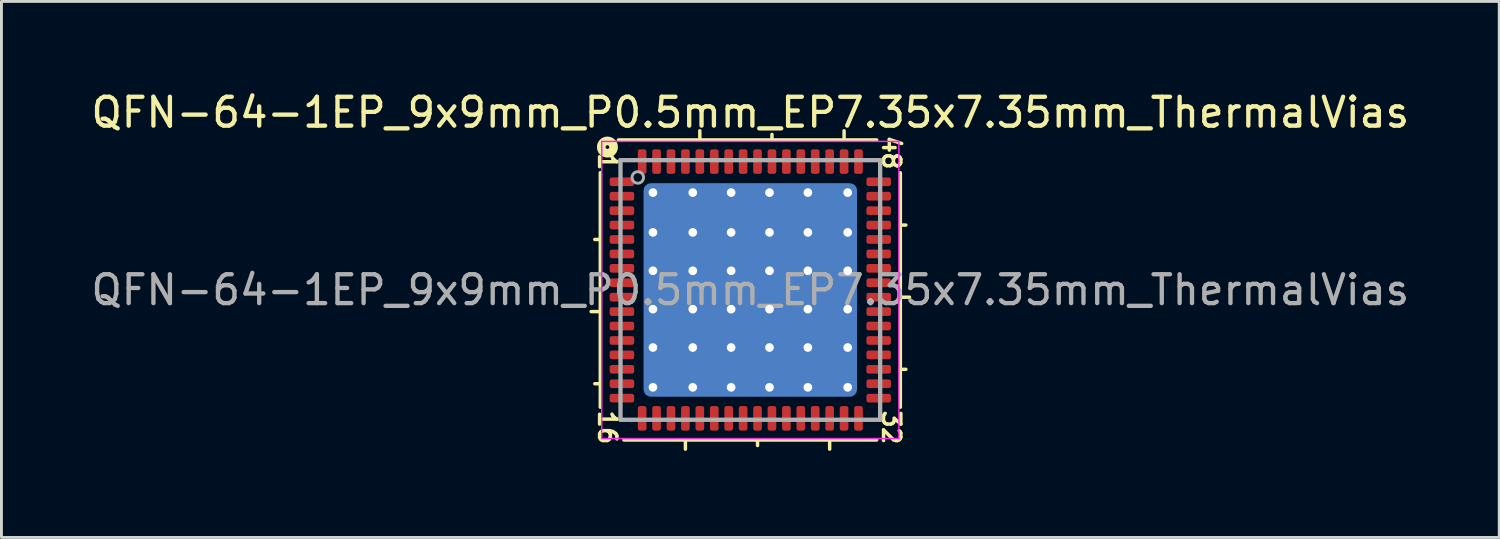
<source format=kicad_pcb>
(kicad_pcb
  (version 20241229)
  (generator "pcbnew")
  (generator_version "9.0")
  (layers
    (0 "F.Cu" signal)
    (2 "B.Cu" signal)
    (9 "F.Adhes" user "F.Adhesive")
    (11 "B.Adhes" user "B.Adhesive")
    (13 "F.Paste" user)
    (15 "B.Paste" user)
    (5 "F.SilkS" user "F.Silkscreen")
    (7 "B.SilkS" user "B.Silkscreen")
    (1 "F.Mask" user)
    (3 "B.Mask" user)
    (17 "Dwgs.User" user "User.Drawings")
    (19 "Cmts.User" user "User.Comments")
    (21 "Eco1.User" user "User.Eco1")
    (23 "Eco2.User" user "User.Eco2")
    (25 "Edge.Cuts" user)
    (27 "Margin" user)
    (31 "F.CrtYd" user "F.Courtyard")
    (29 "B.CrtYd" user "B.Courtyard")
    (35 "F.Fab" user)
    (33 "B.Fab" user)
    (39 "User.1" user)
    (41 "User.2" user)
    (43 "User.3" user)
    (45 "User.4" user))
  (footprint "QFN-64-1EP_9x9mm_P0.5mm_EP7.35x7.35mm_ThermalVias"
    (layer "F.Cu")
    (at 22.958 7.001)
    (property "Reference" "QFN-64-1EP_9x9mm_P0.5mm_EP7.35x7.35mm_ThermalVias" (at 0 -6.152 0) (layer "F.SilkS") (effects (font (size 1 1) (thickness 0.15))))
    (attr smd)
    (fp_line (start -5.2 -4.064) (end -5.2 4.064) (stroke (width 0.12) (type solid)) (layer "F.SilkS"))
    (fp_line (start -5.2 -1.75) (end -5.391 -1.75) (stroke (width 0.12) (type solid)) (layer "F.SilkS"))
    (fp_line (start -5.2 0.75) (end -5.518 0.75) (stroke (width 0.12) (type solid)) (layer "F.SilkS"))
    (fp_line (start -5.2 3.25) (end -5.391 3.25) (stroke (width 0.12) (type solid)) (layer "F.SilkS"))
    (fp_line (start -4.381 5.2) (end 4.381 5.2) (stroke (width 0.12) (type solid)) (layer "F.SilkS"))
    (fp_line (start -2.25 5.2) (end -2.25 5.518) (stroke (width 0.12) (type solid)) (layer "F.SilkS"))
    (fp_line (start -1.75 -5.2) (end -1.75 -5.518) (stroke (width 0.12) (type solid)) (layer "F.SilkS"))
    (fp_line (start 0.25 5.2) (end 0.25 5.391) (stroke (width 0.12) (type solid)) (layer "F.SilkS"))
    (fp_line (start 0.75 -5.2) (end 0.75 -5.391) (stroke (width 0.12) (type solid)) (layer "F.SilkS"))
    (fp_line (start 2.75 5.2) (end 2.75 5.518) (stroke (width 0.12) (type solid)) (layer "F.SilkS"))
    (fp_line (start 3.25 -5.2) (end 3.25 -5.518) (stroke (width 0.12) (type solid)) (layer "F.SilkS"))
    (fp_line (start 4.381 -5.2) (end -4.572 -5.2) (stroke (width 0.12) (type solid)) (layer "F.SilkS"))
    (fp_line (start 5.2 -2.25) (end 5.391 -2.25) (stroke (width 0.12) (type solid)) (layer "F.SilkS"))
    (fp_line (start 5.2 0.25) (end 5.518 0.25) (stroke (width 0.12) (type solid)) (layer "F.SilkS"))
    (fp_line (start 5.2 2.75) (end 5.391 2.75) (stroke (width 0.12) (type solid)) (layer "F.SilkS"))
    (fp_line (start 5.2 4.064) (end 5.2 -4.064) (stroke (width 0.12) (type solid)) (layer "F.SilkS"))
    (fp_circle (center -4.953 -4.953) (end -4.889 -4.953) (stroke (width 0.3) (type solid)) (fill no) (layer "F.SilkS"))
    (fp_line (start -5.15 -5.15) (end -5.15 5.15) (stroke (width 0.05) (type solid)) (layer "F.CrtYd"))
    (fp_line (start -5.15 -5.15) (end 5.15 -5.15) (stroke (width 0.05) (type solid)) (layer "F.CrtYd"))
    (fp_line (start -5.15 5.15) (end 5.15 5.15) (stroke (width 0.05) (type solid)) (layer "F.CrtYd"))
    (fp_line (start 5.15 -5.15) (end 5.15 5.15) (stroke (width 0.05) (type solid)) (layer "F.CrtYd"))
    (fp_line (start -4.5 -4.5) (end 4.5 -4.5) (stroke (width 0.15) (type solid)) (layer "F.Fab"))
    (fp_line (start -4.5 4.5) (end -4.5 -4.5) (stroke (width 0.15) (type solid)) (layer "F.Fab"))
    (fp_line (start 4.5 -4.5) (end 4.5 4.5) (stroke (width 0.15) (type solid)) (layer "F.Fab"))
    (fp_line (start 4.5 4.5) (end -4.5 4.5) (stroke (width 0.15) (type solid)) (layer "F.Fab"))
    (fp_circle (center -3.9 -3.9) (end -3.7 -3.9) (stroke (width 0.1) (type solid)) (fill no) (layer "F.Fab"))
    (fp_text user "48" (at 4.889 -4.763 270) (unlocked yes) (layer "F.SilkS") (effects (font (size 0.6 0.6) (thickness 0.12))))
    (fp_text user "16" (at -4.953 4.763 270) (unlocked yes) (layer "F.SilkS") (effects (font (size 0.6 0.6) (thickness 0.12))))
    (fp_text user "1" (at -4.953 -4.445 270) (unlocked yes) (layer "F.SilkS") (effects (font (size 0.6 0.6) (thickness 0.12))))
    (fp_text user "32" (at 4.889 4.763 270) (unlocked yes) (layer "F.SilkS") (effects (font (size 0.6 0.6) (thickness 0.12))))
    (fp_text user "${REFERENCE}" (at 0 0 0) (layer "F.Fab") (effects (font (size 1 1) (thickness 0.15))))
    (pad "" smd roundrect (at -2.66 -2.66) (size 1.153 1.153) (layers "F.Paste") (roundrect_rratio 0.217))
    (pad "" smd roundrect (at -2.66 -1.33) (size 1.153 1.153) (layers "F.Paste") (roundrect_rratio 0.217))
    (pad "" smd roundrect (at -2.66 0) (size 1.153 1.153) (layers "F.Paste") (roundrect_rratio 0.217))
    (pad "" smd roundrect (at -2.66 1.33) (size 1.153 1.153) (layers "F.Paste") (roundrect_rratio 0.217))
    (pad "" smd roundrect (at -2.66 2.66) (size 1.153 1.153) (layers "F.Paste") (roundrect_rratio 0.217))
    (pad "" smd roundrect (at -1.33 -2.66) (size 1.153 1.153) (layers "F.Paste") (roundrect_rratio 0.217))
    (pad "" smd roundrect (at -1.33 -1.33) (size 1.153 1.153) (layers "F.Paste") (roundrect_rratio 0.217))
    (pad "" smd roundrect (at -1.33 0) (size 1.153 1.153) (layers "F.Paste") (roundrect_rratio 0.217))
    (pad "" smd roundrect (at -1.33 1.33) (size 1.153 1.153) (layers "F.Paste") (roundrect_rratio 0.217))
    (pad "" smd roundrect (at -1.33 2.66) (size 1.153 1.153) (layers "F.Paste") (roundrect_rratio 0.217))
    (pad "" smd roundrect (at 0 -2.66) (size 1.153 1.153) (layers "F.Paste") (roundrect_rratio 0.217))
    (pad "" smd roundrect (at 0 -1.33) (size 1.153 1.153) (layers "F.Paste") (roundrect_rratio 0.217))
    (pad "" smd roundrect (at 0 0) (size 1.153 1.153) (layers "F.Paste") (roundrect_rratio 0.217))
    (pad "" smd roundrect (at 0 1.33) (size 1.153 1.153) (layers "F.Paste") (roundrect_rratio 0.217))
    (pad "" smd roundrect (at 0 2.66) (size 1.153 1.153) (layers "F.Paste") (roundrect_rratio 0.217))
    (pad "" smd roundrect (at 1.33 -2.66) (size 1.153 1.153) (layers "F.Paste") (roundrect_rratio 0.217))
    (pad "" smd roundrect (at 1.33 -1.33) (size 1.153 1.153) (layers "F.Paste") (roundrect_rratio 0.217))
    (pad "" smd roundrect (at 1.33 0) (size 1.153 1.153) (layers "F.Paste") (roundrect_rratio 0.217))
    (pad "" smd roundrect (at 1.33 1.33) (size 1.153 1.153) (layers "F.Paste") (roundrect_rratio 0.217))
    (pad "" smd roundrect (at 1.33 2.66) (size 1.153 1.153) (layers "F.Paste") (roundrect_rratio 0.217))
    (pad "" smd roundrect (at 2.66 -2.66) (size 1.153 1.153) (layers "F.Paste") (roundrect_rratio 0.217))
    (pad "" smd roundrect (at 2.66 -1.33) (size 1.153 1.153) (layers "F.Paste") (roundrect_rratio 0.217))
    (pad "" smd roundrect (at 2.66 0) (size 1.153 1.153) (layers "F.Paste") (roundrect_rratio 0.217))
    (pad "" smd roundrect (at 2.66 1.33) (size 1.153 1.153) (layers "F.Paste") (roundrect_rratio 0.217))
    (pad "" smd roundrect (at 2.66 2.66) (size 1.153 1.153) (layers "F.Paste") (roundrect_rratio 0.217))
    (pad "1" smd roundrect (at -4.45 -3.75) (size 0.85 0.3) (layers "F.Cu" "F.Mask" "F.Paste") (roundrect_rratio 0.25))
    (pad "2" smd roundrect (at -4.45 -3.25) (size 0.85 0.3) (layers "F.Cu" "F.Mask" "F.Paste") (roundrect_rratio 0.25))
    (pad "3" smd roundrect (at -4.45 -2.75) (size 0.85 0.3) (layers "F.Cu" "F.Mask" "F.Paste") (roundrect_rratio 0.25))
    (pad "4" smd roundrect (at -4.45 -2.25) (size 0.85 0.3) (layers "F.Cu" "F.Mask" "F.Paste") (roundrect_rratio 0.25))
    (pad "5" smd roundrect (at -4.45 -1.75) (size 0.85 0.3) (layers "F.Cu" "F.Mask" "F.Paste") (roundrect_rratio 0.25))
    (pad "6" smd roundrect (at -4.45 -1.25) (size 0.85 0.3) (layers "F.Cu" "F.Mask" "F.Paste") (roundrect_rratio 0.25))
    (pad "7" smd roundrect (at -4.45 -0.75) (size 0.85 0.3) (layers "F.Cu" "F.Mask" "F.Paste") (roundrect_rratio 0.25))
    (pad "8" smd roundrect (at -4.45 -0.25) (size 0.85 0.3) (layers "F.Cu" "F.Mask" "F.Paste") (roundrect_rratio 0.25))
    (pad "9" smd roundrect (at -4.45 0.25) (size 0.85 0.3) (layers "F.Cu" "F.Mask" "F.Paste") (roundrect_rratio 0.25))
    (pad "10" smd roundrect (at -4.45 0.75) (size 0.85 0.3) (layers "F.Cu" "F.Mask" "F.Paste") (roundrect_rratio 0.25))
    (pad "11" smd roundrect (at -4.45 1.25) (size 0.85 0.3) (layers "F.Cu" "F.Mask" "F.Paste") (roundrect_rratio 0.25))
    (pad "12" smd roundrect (at -4.45 1.75) (size 0.85 0.3) (layers "F.Cu" "F.Mask" "F.Paste") (roundrect_rratio 0.25))
    (pad "13" smd roundrect (at -4.45 2.25) (size 0.85 0.3) (layers "F.Cu" "F.Mask" "F.Paste") (roundrect_rratio 0.25))
    (pad "14" smd roundrect (at -4.45 2.75) (size 0.85 0.3) (layers "F.Cu" "F.Mask" "F.Paste") (roundrect_rratio 0.25))
    (pad "15" smd roundrect (at -4.45 3.25) (size 0.85 0.3) (layers "F.Cu" "F.Mask" "F.Paste") (roundrect_rratio 0.25))
    (pad "16" smd roundrect (at -4.45 3.75) (size 0.85 0.3) (layers "F.Cu" "F.Mask" "F.Paste") (roundrect_rratio 0.25))
    (pad "17" smd roundrect (at -3.75 4.45 90) (size 0.85 0.3) (layers "F.Cu" "F.Mask" "F.Paste") (roundrect_rratio 0.25))
    (pad "18" smd roundrect (at -3.25 4.45 90) (size 0.85 0.3) (layers "F.Cu" "F.Mask" "F.Paste") (roundrect_rratio 0.25))
    (pad "19" smd roundrect (at -2.75 4.45 90) (size 0.85 0.3) (layers "F.Cu" "F.Mask" "F.Paste") (roundrect_rratio 0.25))
    (pad "20" smd roundrect (at -2.25 4.45 90) (size 0.85 0.3) (layers "F.Cu" "F.Mask" "F.Paste") (roundrect_rratio 0.25))
    (pad "21" smd roundrect (at -1.75 4.45 90) (size 0.85 0.3) (layers "F.Cu" "F.Mask" "F.Paste") (roundrect_rratio 0.25))
    (pad "22" smd roundrect (at -1.25 4.45 90) (size 0.85 0.3) (layers "F.Cu" "F.Mask" "F.Paste") (roundrect_rratio 0.25))
    (pad "23" smd roundrect (at -0.75 4.45 90) (size 0.85 0.3) (layers "F.Cu" "F.Mask" "F.Paste") (roundrect_rratio 0.25))
    (pad "24" smd roundrect (at -0.25 4.45 90) (size 0.85 0.3) (layers "F.Cu" "F.Mask" "F.Paste") (roundrect_rratio 0.25))
    (pad "25" smd roundrect (at 0.25 4.45 90) (size 0.85 0.3) (layers "F.Cu" "F.Mask" "F.Paste") (roundrect_rratio 0.25))
    (pad "26" smd roundrect (at 0.75 4.45 90) (size 0.85 0.3) (layers "F.Cu" "F.Mask" "F.Paste") (roundrect_rratio 0.25))
    (pad "27" smd roundrect (at 1.25 4.45 90) (size 0.85 0.3) (layers "F.Cu" "F.Mask" "F.Paste") (roundrect_rratio 0.25))
    (pad "28" smd roundrect (at 1.75 4.45 90) (size 0.85 0.3) (layers "F.Cu" "F.Mask" "F.Paste") (roundrect_rratio 0.25))
    (pad "29" smd roundrect (at 2.25 4.45 90) (size 0.85 0.3) (layers "F.Cu" "F.Mask" "F.Paste") (roundrect_rratio 0.25))
    (pad "30" smd roundrect (at 2.75 4.45 90) (size 0.85 0.3) (layers "F.Cu" "F.Mask" "F.Paste") (roundrect_rratio 0.25))
    (pad "31" smd roundrect (at 3.25 4.45 90) (size 0.85 0.3) (layers "F.Cu" "F.Mask" "F.Paste") (roundrect_rratio 0.25))
    (pad "32" smd roundrect (at 3.75 4.45 90) (size 0.85 0.3) (layers "F.Cu" "F.Mask" "F.Paste") (roundrect_rratio 0.25))
    (pad "33" smd roundrect (at 4.45 3.75) (size 0.85 0.3) (layers "F.Cu" "F.Mask" "F.Paste") (roundrect_rratio 0.25))
    (pad "34" smd roundrect (at 4.45 3.25) (size 0.85 0.3) (layers "F.Cu" "F.Mask" "F.Paste") (roundrect_rratio 0.25))
    (pad "35" smd roundrect (at 4.45 2.75) (size 0.85 0.3) (layers "F.Cu" "F.Mask" "F.Paste") (roundrect_rratio 0.25))
    (pad "36" smd roundrect (at 4.45 2.25) (size 0.85 0.3) (layers "F.Cu" "F.Mask" "F.Paste") (roundrect_rratio 0.25))
    (pad "37" smd roundrect (at 4.45 1.75) (size 0.85 0.3) (layers "F.Cu" "F.Mask" "F.Paste") (roundrect_rratio 0.25))
    (pad "38" smd roundrect (at 4.45 1.25) (size 0.85 0.3) (layers "F.Cu" "F.Mask" "F.Paste") (roundrect_rratio 0.25))
    (pad "39" smd roundrect (at 4.45 0.75) (size 0.85 0.3) (layers "F.Cu" "F.Mask" "F.Paste") (roundrect_rratio 0.25))
    (pad "40" smd roundrect (at 4.45 0.25) (size 0.85 0.3) (layers "F.Cu" "F.Mask" "F.Paste") (roundrect_rratio 0.25))
    (pad "41" smd roundrect (at 4.45 -0.25) (size 0.85 0.3) (layers "F.Cu" "F.Mask" "F.Paste") (roundrect_rratio 0.25))
    (pad "42" smd roundrect (at 4.45 -0.75) (size 0.85 0.3) (layers "F.Cu" "F.Mask" "F.Paste") (roundrect_rratio 0.25))
    (pad "43" smd roundrect (at 4.45 -1.25) (size 0.85 0.3) (layers "F.Cu" "F.Mask" "F.Paste") (roundrect_rratio 0.25))
    (pad "44" smd roundrect (at 4.45 -1.75) (size 0.85 0.3) (layers "F.Cu" "F.Mask" "F.Paste") (roundrect_rratio 0.25))
    (pad "45" smd roundrect (at 4.45 -2.25) (size 0.85 0.3) (layers "F.Cu" "F.Mask" "F.Paste") (roundrect_rratio 0.25))
    (pad "46" smd roundrect (at 4.45 -2.75) (size 0.85 0.3) (layers "F.Cu" "F.Mask" "F.Paste") (roundrect_rratio 0.25))
    (pad "47" smd roundrect (at 4.45 -3.25) (size 0.85 0.3) (layers "F.Cu" "F.Mask" "F.Paste") (roundrect_rratio 0.25))
    (pad "48" smd roundrect (at 4.45 -3.75) (size 0.85 0.3) (layers "F.Cu" "F.Mask" "F.Paste") (roundrect_rratio 0.25))
    (pad "49" smd roundrect (at 3.75 -4.45 90) (size 0.85 0.3) (layers "F.Cu" "F.Mask" "F.Paste") (roundrect_rratio 0.25))
    (pad "50" smd roundrect (at 3.25 -4.45 90) (size 0.85 0.3) (layers "F.Cu" "F.Mask" "F.Paste") (roundrect_rratio 0.25))
    (pad "51" smd roundrect (at 2.75 -4.45 90) (size 0.85 0.3) (layers "F.Cu" "F.Mask" "F.Paste") (roundrect_rratio 0.25))
    (pad "52" smd roundrect (at 2.25 -4.45 90) (size 0.85 0.3) (layers "F.Cu" "F.Mask" "F.Paste") (roundrect_rratio 0.25))
    (pad "53" smd roundrect (at 1.75 -4.45 90) (size 0.85 0.3) (layers "F.Cu" "F.Mask" "F.Paste") (roundrect_rratio 0.25))
    (pad "54" smd roundrect (at 1.25 -4.45 90) (size 0.85 0.3) (layers "F.Cu" "F.Mask" "F.Paste") (roundrect_rratio 0.25))
    (pad "55" smd roundrect (at 0.75 -4.45 90) (size 0.85 0.3) (layers "F.Cu" "F.Mask" "F.Paste") (roundrect_rratio 0.25))
    (pad "56" smd roundrect (at 0.25 -4.45 90) (size 0.85 0.3) (layers "F.Cu" "F.Mask" "F.Paste") (roundrect_rratio 0.25))
    (pad "57" smd roundrect (at -0.25 -4.45 90) (size 0.85 0.3) (layers "F.Cu" "F.Mask" "F.Paste") (roundrect_rratio 0.25))
    (pad "58" smd roundrect (at -0.75 -4.45 90) (size 0.85 0.3) (layers "F.Cu" "F.Mask" "F.Paste") (roundrect_rratio 0.25))
    (pad "59" smd roundrect (at -1.25 -4.45 90) (size 0.85 0.3) (layers "F.Cu" "F.Mask" "F.Paste") (roundrect_rratio 0.25))
    (pad "60" smd roundrect (at -1.75 -4.45 90) (size 0.85 0.3) (layers "F.Cu" "F.Mask" "F.Paste") (roundrect_rratio 0.25))
    (pad "61" smd roundrect (at -2.25 -4.45 90) (size 0.85 0.3) (layers "F.Cu" "F.Mask" "F.Paste") (roundrect_rratio 0.25))
    (pad "62" smd roundrect (at -2.75 -4.45 90) (size 0.85 0.3) (layers "F.Cu" "F.Mask" "F.Paste") (roundrect_rratio 0.25))
    (pad "63" smd roundrect (at -3.25 -4.45 90) (size 0.85 0.3) (layers "F.Cu" "F.Mask" "F.Paste") (roundrect_rratio 0.25))
    (pad "64" smd roundrect (at -3.75 -4.45 90) (size 0.85 0.3) (layers "F.Cu" "F.Mask" "F.Paste") (roundrect_rratio 0.25))
    (pad "65" thru_hole circle (at -3.375 -3.375) (size 0.6 0.6) (drill 0.3) (property pad_prop_heatsink) (layers "*.Cu"))
    (pad "65" thru_hole circle (at -3.375 -1.995) (size 0.6 0.6) (drill 0.3) (property pad_prop_heatsink) (layers "*.Cu"))
    (pad "65" thru_hole circle (at -3.375 -0.665) (size 0.6 0.6) (drill 0.3) (property pad_prop_heatsink) (layers "*.Cu"))
    (pad "65" thru_hole circle (at -3.375 0.665) (size 0.6 0.6) (drill 0.3) (property pad_prop_heatsink) (layers "*.Cu"))
    (pad "65" thru_hole circle (at -3.375 1.995) (size 0.6 0.6) (drill 0.3) (property pad_prop_heatsink) (layers "*.Cu"))
    (pad "65" thru_hole circle (at -3.375 3.375) (size 0.6 0.6) (drill 0.3) (property pad_prop_heatsink) (layers "*.Cu"))
    (pad "65" thru_hole circle (at -1.995 -3.375) (size 0.6 0.6) (drill 0.3) (property pad_prop_heatsink) (layers "*.Cu"))
    (pad "65" thru_hole circle (at -1.995 -1.995) (size 0.6 0.6) (drill 0.3) (property pad_prop_heatsink) (layers "*.Cu"))
    (pad "65" thru_hole circle (at -1.995 -0.665) (size 0.6 0.6) (drill 0.3) (property pad_prop_heatsink) (layers "*.Cu"))
    (pad "65" thru_hole circle (at -1.995 0.665) (size 0.6 0.6) (drill 0.3) (property pad_prop_heatsink) (layers "*.Cu"))
    (pad "65" thru_hole circle (at -1.995 1.995) (size 0.6 0.6) (drill 0.3) (property pad_prop_heatsink) (layers "*.Cu"))
    (pad "65" thru_hole circle (at -1.995 3.375) (size 0.6 0.6) (drill 0.3) (property pad_prop_heatsink) (layers "*.Cu"))
    (pad "65" thru_hole circle (at -0.665 -3.375) (size 0.6 0.6) (drill 0.3) (property pad_prop_heatsink) (layers "*.Cu"))
    (pad "65" thru_hole circle (at -0.665 -1.995) (size 0.6 0.6) (drill 0.3) (property pad_prop_heatsink) (layers "*.Cu"))
    (pad "65" thru_hole circle (at -0.665 -0.665) (size 0.6 0.6) (drill 0.3) (property pad_prop_heatsink) (layers "*.Cu"))
    (pad "65" thru_hole circle (at -0.665 0.665) (size 0.6 0.6) (drill 0.3) (property pad_prop_heatsink) (layers "*.Cu"))
    (pad "65" thru_hole circle (at -0.665 1.995) (size 0.6 0.6) (drill 0.3) (property pad_prop_heatsink) (layers "*.Cu"))
    (pad "65" thru_hole circle (at -0.665 3.375) (size 0.6 0.6) (drill 0.3) (property pad_prop_heatsink) (layers "*.Cu"))
    (pad "65" smd roundrect (at 0 0) (size 7.35 7.35) (layers "F.Cu" "F.Mask") (roundrect_rratio 0.034))
    (pad "65" smd roundrect (at 0 0) (size 7.4 7.4) (layers "B.Cu" "B.Mask") (roundrect_rratio 0.034))
    (pad "65" thru_hole circle (at 0.665 -3.375) (size 0.6 0.6) (drill 0.3) (property pad_prop_heatsink) (layers "*.Cu"))
    (pad "65" thru_hole circle (at 0.665 -1.995) (size 0.6 0.6) (drill 0.3) (property pad_prop_heatsink) (layers "*.Cu"))
    (pad "65" thru_hole circle (at 0.665 -0.665) (size 0.6 0.6) (drill 0.3) (property pad_prop_heatsink) (layers "*.Cu"))
    (pad "65" thru_hole circle (at 0.665 0.665) (size 0.6 0.6) (drill 0.3) (property pad_prop_heatsink) (layers "*.Cu"))
    (pad "65" thru_hole circle (at 0.665 1.995) (size 0.6 0.6) (drill 0.3) (property pad_prop_heatsink) (layers "*.Cu"))
    (pad "65" thru_hole circle (at 0.665 3.375) (size 0.6 0.6) (drill 0.3) (property pad_prop_heatsink) (layers "*.Cu"))
    (pad "65" thru_hole circle (at 1.995 -3.375) (size 0.6 0.6) (drill 0.3) (property pad_prop_heatsink) (layers "*.Cu"))
    (pad "65" thru_hole circle (at 1.995 -1.995) (size 0.6 0.6) (drill 0.3) (property pad_prop_heatsink) (layers "*.Cu"))
    (pad "65" thru_hole circle (at 1.995 -0.665) (size 0.6 0.6) (drill 0.3) (property pad_prop_heatsink) (layers "*.Cu"))
    (pad "65" thru_hole circle (at 1.995 0.665) (size 0.6 0.6) (drill 0.3) (property pad_prop_heatsink) (layers "*.Cu"))
    (pad "65" thru_hole circle (at 1.995 1.995) (size 0.6 0.6) (drill 0.3) (property pad_prop_heatsink) (layers "*.Cu"))
    (pad "65" thru_hole circle (at 1.995 3.375) (size 0.6 0.6) (drill 0.3) (property pad_prop_heatsink) (layers "*.Cu"))
    (pad "65" thru_hole circle (at 3.375 -3.375) (size 0.6 0.6) (drill 0.3) (property pad_prop_heatsink) (layers "*.Cu"))
    (pad "65" thru_hole circle (at 3.375 -1.995) (size 0.6 0.6) (drill 0.3) (property pad_prop_heatsink) (layers "*.Cu"))
    (pad "65" thru_hole circle (at 3.375 -0.665) (size 0.6 0.6) (drill 0.3) (property pad_prop_heatsink) (layers "*.Cu"))
    (pad "65" thru_hole circle (at 3.375 0.665) (size 0.6 0.6) (drill 0.3) (property pad_prop_heatsink) (layers "*.Cu"))
    (pad "65" thru_hole circle (at 3.375 1.995) (size 0.6 0.6) (drill 0.3) (property pad_prop_heatsink) (layers "*.Cu"))
    (pad "65" thru_hole circle (at 3.375 3.375) (size 0.6 0.6) (drill 0.3) (property pad_prop_heatsink) (layers "*.Cu")))
  (gr_rect
    (start -3 -3)
    (end 48.917 15.578)
    (stroke (width 0.1) (type default))
    (fill no)
    (layer "Edge.Cuts")))
</source>
